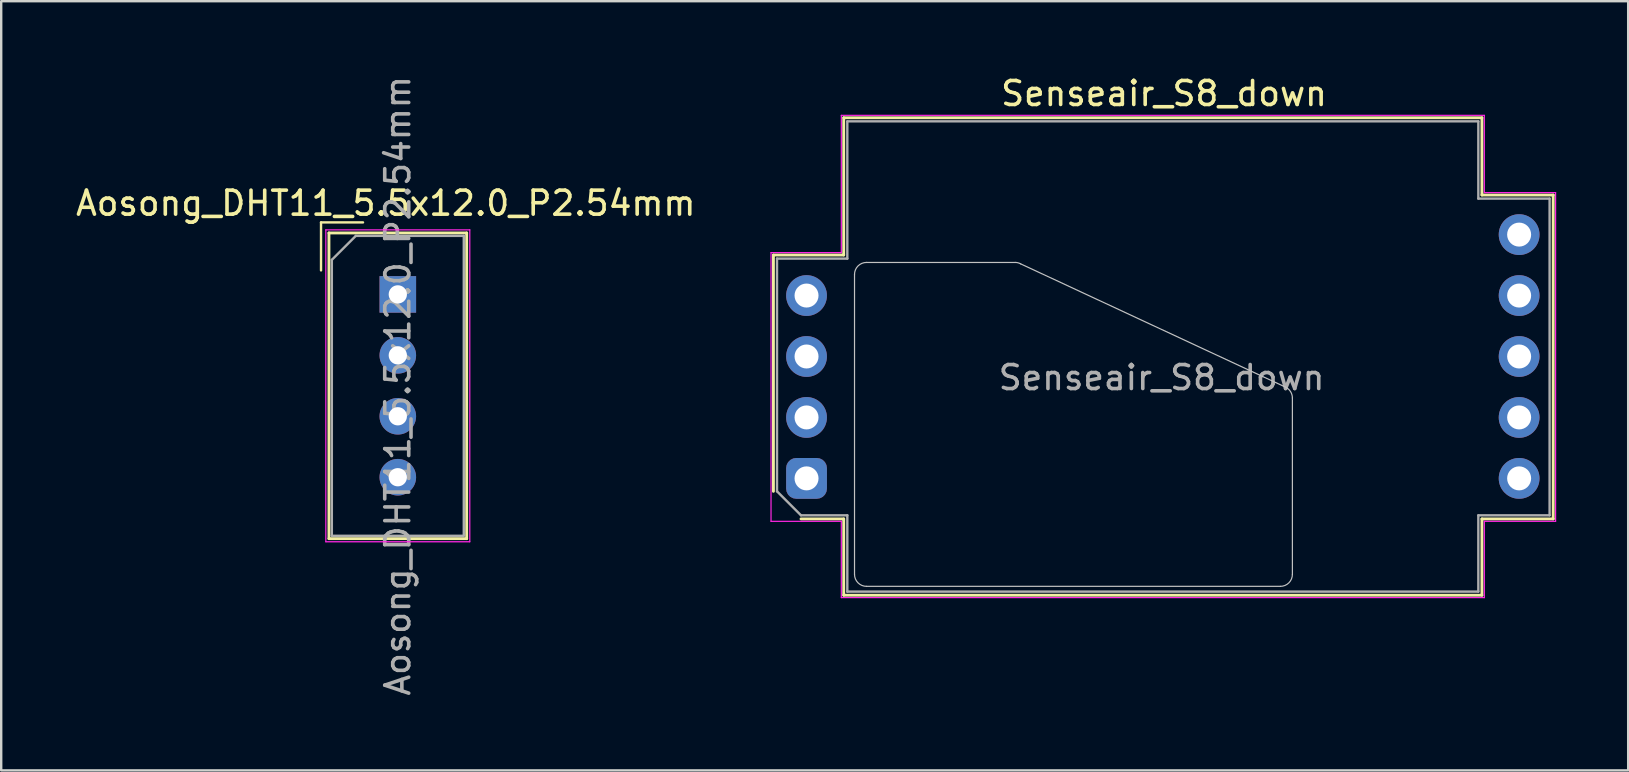
<source format=kicad_pcb>
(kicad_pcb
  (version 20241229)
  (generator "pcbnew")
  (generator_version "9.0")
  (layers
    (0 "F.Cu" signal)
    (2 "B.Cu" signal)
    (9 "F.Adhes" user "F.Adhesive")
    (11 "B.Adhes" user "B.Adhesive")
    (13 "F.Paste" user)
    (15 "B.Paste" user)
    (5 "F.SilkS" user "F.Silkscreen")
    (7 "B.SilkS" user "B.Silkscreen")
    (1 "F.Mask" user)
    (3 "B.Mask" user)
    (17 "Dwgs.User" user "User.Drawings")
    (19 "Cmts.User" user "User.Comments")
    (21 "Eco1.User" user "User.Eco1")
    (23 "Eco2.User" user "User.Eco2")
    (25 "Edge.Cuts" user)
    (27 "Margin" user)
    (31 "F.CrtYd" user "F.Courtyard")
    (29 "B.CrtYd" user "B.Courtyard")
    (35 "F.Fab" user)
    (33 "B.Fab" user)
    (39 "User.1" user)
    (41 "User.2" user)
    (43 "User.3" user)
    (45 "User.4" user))
  (footprint "Senseair_S8_down"
    (layer "F.Cu")
    (at 30.565 16.888)
    (property "Reference" "Senseair_S8_down" (at 14.9 -16.04 180) (layer "F.SilkS") (effects (font (size 1 1) (thickness 0.15))))
    (attr through_hole)
    (fp_line (start -1.38 -9.31) (end -1.38 0.54) (stroke (width 0.12) (type solid)) (layer "F.SilkS"))
    (fp_line (start 1.55 -9.31) (end -1.38 -9.31) (stroke (width 0.12) (type solid)) (layer "F.SilkS"))
    (fp_line (start 1.55 -9.31) (end 1.55 -15.03) (stroke (width 0.12) (type solid)) (layer "F.SilkS"))
    (fp_line (start 1.55 1.69) (end -0.23 1.69) (stroke (width 0.12) (type solid)) (layer "F.SilkS"))
    (fp_line (start 1.55 4.87) (end 1.55 1.69) (stroke (width 0.12) (type solid)) (layer "F.SilkS"))
    (fp_line (start 1.55 4.87) (end 28.15 4.87) (stroke (width 0.12) (type solid)) (layer "F.SilkS"))
    (fp_line (start 28.15 -15.03) (end 1.55 -15.03) (stroke (width 0.12) (type solid)) (layer "F.SilkS"))
    (fp_line (start 28.15 -15.03) (end 28.15 -11.81) (stroke (width 0.12) (type solid)) (layer "F.SilkS"))
    (fp_line (start 28.15 1.69) (end 28.15 4.87) (stroke (width 0.12) (type solid)) (layer "F.SilkS"))
    (fp_line (start 31.12 -11.81) (end 28.15 -11.81) (stroke (width 0.12) (type solid)) (layer "F.SilkS"))
    (fp_line (start 31.12 -11.81) (end 31.12 1.69) (stroke (width 0.12) (type solid)) (layer "F.SilkS"))
    (fp_line (start 31.12 1.69) (end 28.15 1.69) (stroke (width 0.12) (type solid)) (layer "F.SilkS"))
    (fp_line (start 2 -8.5) (end 2 4) (stroke (width 0.05) (type solid)) (layer "Dwgs.User"))
    (fp_line (start 2.5 4.5) (end 19.75 4.5) (stroke (width 0.05) (type solid)) (layer "Dwgs.User"))
    (fp_line (start 8.7 -9) (end 2.5 -9) (stroke (width 0.05) (type solid)) (layer "Dwgs.User"))
    (fp_line (start 19.961 -3.803) (end 8.925 -8.94) (stroke (width 0.05) (type solid)) (layer "Dwgs.User"))
    (fp_line (start 20.25 4) (end 20.25 -3.35) (stroke (width 0.05) (type solid)) (layer "Dwgs.User"))
    (fp_arc (start 2 -8.5) (mid 2.146447 -8.853553) (end 2.5 -9) (stroke (width 0.05) (type solid)) (layer "Dwgs.User"))
    (fp_arc (start 2.5 4.5) (mid 2.146447 4.353553) (end 2 4) (stroke (width 0.05) (type solid)) (layer "Dwgs.User"))
    (fp_arc (start 8.7 -9) (mid 8.816469 -8.984667) (end 8.925 -8.939711) (stroke (width 0.05) (type solid)) (layer "Dwgs.User"))
    (fp_arc (start 19.961309 -3.803154) (mid 20.171696 -3.61865) (end 20.25 -3.35) (stroke (width 0.05) (type solid)) (layer "Dwgs.User"))
    (fp_arc (start 20.25 4) (mid 20.103553 4.353553) (end 19.75 4.5) (stroke (width 0.05) (type solid)) (layer "Dwgs.User"))
    (fp_line (start -1.48 -9.41) (end -1.48 1.79) (stroke (width 0.05) (type solid)) (layer "F.CrtYd"))
    (fp_line (start 1.45 -9.41) (end -1.48 -9.41) (stroke (width 0.05) (type solid)) (layer "F.CrtYd"))
    (fp_line (start 1.45 -9.41) (end 1.45 -15.13) (stroke (width 0.05) (type solid)) (layer "F.CrtYd"))
    (fp_line (start 1.45 1.79) (end -1.48 1.79) (stroke (width 0.05) (type solid)) (layer "F.CrtYd"))
    (fp_line (start 1.45 4.97) (end 1.45 1.79) (stroke (width 0.05) (type solid)) (layer "F.CrtYd"))
    (fp_line (start 1.45 4.97) (end 28.25 4.97) (stroke (width 0.05) (type solid)) (layer "F.CrtYd"))
    (fp_line (start 28.25 -15.13) (end 1.45 -15.13) (stroke (width 0.05) (type solid)) (layer "F.CrtYd"))
    (fp_line (start 28.25 -15.13) (end 28.25 -11.91) (stroke (width 0.05) (type solid)) (layer "F.CrtYd"))
    (fp_line (start 28.25 1.79) (end 28.25 4.97) (stroke (width 0.05) (type solid)) (layer "F.CrtYd"))
    (fp_line (start 31.22 -11.91) (end 28.25 -11.91) (stroke (width 0.05) (type solid)) (layer "F.CrtYd"))
    (fp_line (start 31.22 -11.91) (end 31.22 1.79) (stroke (width 0.05) (type solid)) (layer "F.CrtYd"))
    (fp_line (start 31.22 1.79) (end 28.25 1.79) (stroke (width 0.05) (type solid)) (layer "F.CrtYd"))
    (fp_line (start -1.23 -9.16) (end -1.23 0.54) (stroke (width 0.1) (type solid)) (layer "F.Fab"))
    (fp_line (start -1.23 0.54) (end -0.23 1.54) (stroke (width 0.1) (type solid)) (layer "F.Fab"))
    (fp_line (start 1.7 -9.16) (end -1.23 -9.16) (stroke (width 0.1) (type solid)) (layer "F.Fab"))
    (fp_line (start 1.7 -9.16) (end 1.7 -14.88) (stroke (width 0.1) (type solid)) (layer "F.Fab"))
    (fp_line (start 1.7 1.54) (end -0.23 1.54) (stroke (width 0.1) (type solid)) (layer "F.Fab"))
    (fp_line (start 1.7 4.72) (end 1.7 1.54) (stroke (width 0.1) (type solid)) (layer "F.Fab"))
    (fp_line (start 1.7 4.72) (end 28 4.72) (stroke (width 0.1) (type solid)) (layer "F.Fab"))
    (fp_line (start 28 -14.88) (end 1.7 -14.88) (stroke (width 0.1) (type solid)) (layer "F.Fab"))
    (fp_line (start 28 -14.88) (end 28 -11.66) (stroke (width 0.1) (type solid)) (layer "F.Fab"))
    (fp_line (start 28 1.54) (end 28 4.72) (stroke (width 0.1) (type solid)) (layer "F.Fab"))
    (fp_line (start 30.97 -11.66) (end 28 -11.66) (stroke (width 0.1) (type solid)) (layer "F.Fab"))
    (fp_line (start 30.97 -11.66) (end 30.97 1.54) (stroke (width 0.1) (type solid)) (layer "F.Fab"))
    (fp_line (start 30.97 1.54) (end 28 1.54) (stroke (width 0.1) (type solid)) (layer "F.Fab"))
    (fp_text user "${REFERENCE}" (at 14.8 -4.2 0) (layer "F.Fab") (effects (font (size 1 1) (thickness 0.15))))
    (pad "1" thru_hole roundrect (at 0 0) (size 1.7 1.7) (drill 1) (layers "*.Cu" "*.Mask") (roundrect_rratio 0.25))
    (pad "2" thru_hole circle (at 0 -2.54) (size 1.7 1.7) (drill 1) (layers "*.Cu" "*.Mask"))
    (pad "3" thru_hole circle (at 0 -5.08) (size 1.7 1.7) (drill 1) (layers "*.Cu" "*.Mask"))
    (pad "4" thru_hole circle (at 0 -7.62) (size 1.7 1.7) (drill 1) (layers "*.Cu" "*.Mask"))
    (pad "5" thru_hole circle (at 29.7 -10.16) (size 1.7 1.7) (drill 1) (layers "*.Cu" "*.Mask"))
    (pad "6" thru_hole circle (at 29.7 -7.62) (size 1.7 1.7) (drill 1) (layers "*.Cu" "*.Mask"))
    (pad "7" thru_hole circle (at 29.7 -5.08) (size 1.7 1.7) (drill 1) (layers "*.Cu" "*.Mask"))
    (pad "8" thru_hole circle (at 29.7 -2.54) (size 1.7 1.7) (drill 1) (layers "*.Cu" "*.Mask"))
    (pad "9" thru_hole circle (at 29.7 0) (size 1.7 1.7) (drill 1) (layers "*.Cu" "*.Mask")))
  (footprint "Aosong_DHT11_5.5x12.0_P2.54mm"
    (layer "F.Cu")
    (at 13.53 9.22)
    (property "Reference" "Aosong_DHT11_5.5x12.0_P2.54mm" (at -0.5 -3.8 0) (layer "F.SilkS") (effects (font (size 1 1) (thickness 0.15))))
    (attr through_hole)
    (fp_line (start -3.2 -3) (end -3.2 -1) (stroke (width 0.1) (type solid)) (layer "F.SilkS"))
    (fp_line (start -3.2 -3) (end -1.45 -3) (stroke (width 0.1) (type solid)) (layer "F.SilkS"))
    (fp_line (start -2.87 -2.56) (end 2.87 -2.56) (stroke (width 0.12) (type solid)) (layer "F.SilkS"))
    (fp_line (start -2.87 10.18) (end -2.87 -2.56) (stroke (width 0.12) (type solid)) (layer "F.SilkS"))
    (fp_line (start 2.87 -2.56) (end 2.87 10.18) (stroke (width 0.12) (type solid)) (layer "F.SilkS"))
    (fp_line (start 2.87 10.18) (end -2.87 10.18) (stroke (width 0.12) (type solid)) (layer "F.SilkS"))
    (fp_line (start -3 -2.69) (end 3 -2.69) (stroke (width 0.05) (type solid)) (layer "F.CrtYd"))
    (fp_line (start -3 10.31) (end -3 -2.69) (stroke (width 0.05) (type solid)) (layer "F.CrtYd"))
    (fp_line (start 3 -2.69) (end 3 10.31) (stroke (width 0.05) (type solid)) (layer "F.CrtYd"))
    (fp_line (start 3 10.31) (end -3 10.31) (stroke (width 0.05) (type solid)) (layer "F.CrtYd"))
    (fp_line (start -2.75 -1.44) (end -2.75 10.06) (stroke (width 0.1) (type solid)) (layer "F.Fab"))
    (fp_line (start -2.75 -1.44) (end -1.75 -2.44) (stroke (width 0.1) (type solid)) (layer "F.Fab"))
    (fp_line (start -1.75 -2.44) (end 2.75 -2.44) (stroke (width 0.1) (type solid)) (layer "F.Fab"))
    (fp_line (start 2.75 -2.44) (end 2.75 10.06) (stroke (width 0.1) (type solid)) (layer "F.Fab"))
    (fp_line (start 2.75 10.06) (end -2.75 10.06) (stroke (width 0.1) (type solid)) (layer "F.Fab"))
    (fp_text user "${REFERENCE}" (at 0 3.81 90) (layer "F.Fab") (effects (font (size 1 1) (thickness 0.15))))
    (pad "1" thru_hole rect (at 0 0) (size 1.524 1.524) (drill 0.762) (layers "*.Cu" "*.Mask"))
    (pad "2" thru_hole circle (at 0 2.54) (size 1.524 1.524) (drill 0.762) (layers "*.Cu" "*.Mask"))
    (pad "3" thru_hole circle (at 0 5.08) (size 1.524 1.524) (drill 0.762) (layers "*.Cu" "*.Mask"))
    (pad "4" thru_hole circle (at 0 7.62) (size 1.524 1.524) (drill 0.762) (layers "*.Cu" "*.Mask")))
  (gr_rect
    (start -3 -3)
    (end 64.81 29.06)
    (stroke (width 0.1) (type default))
    (fill no)
    (layer "Edge.Cuts")))
</source>
